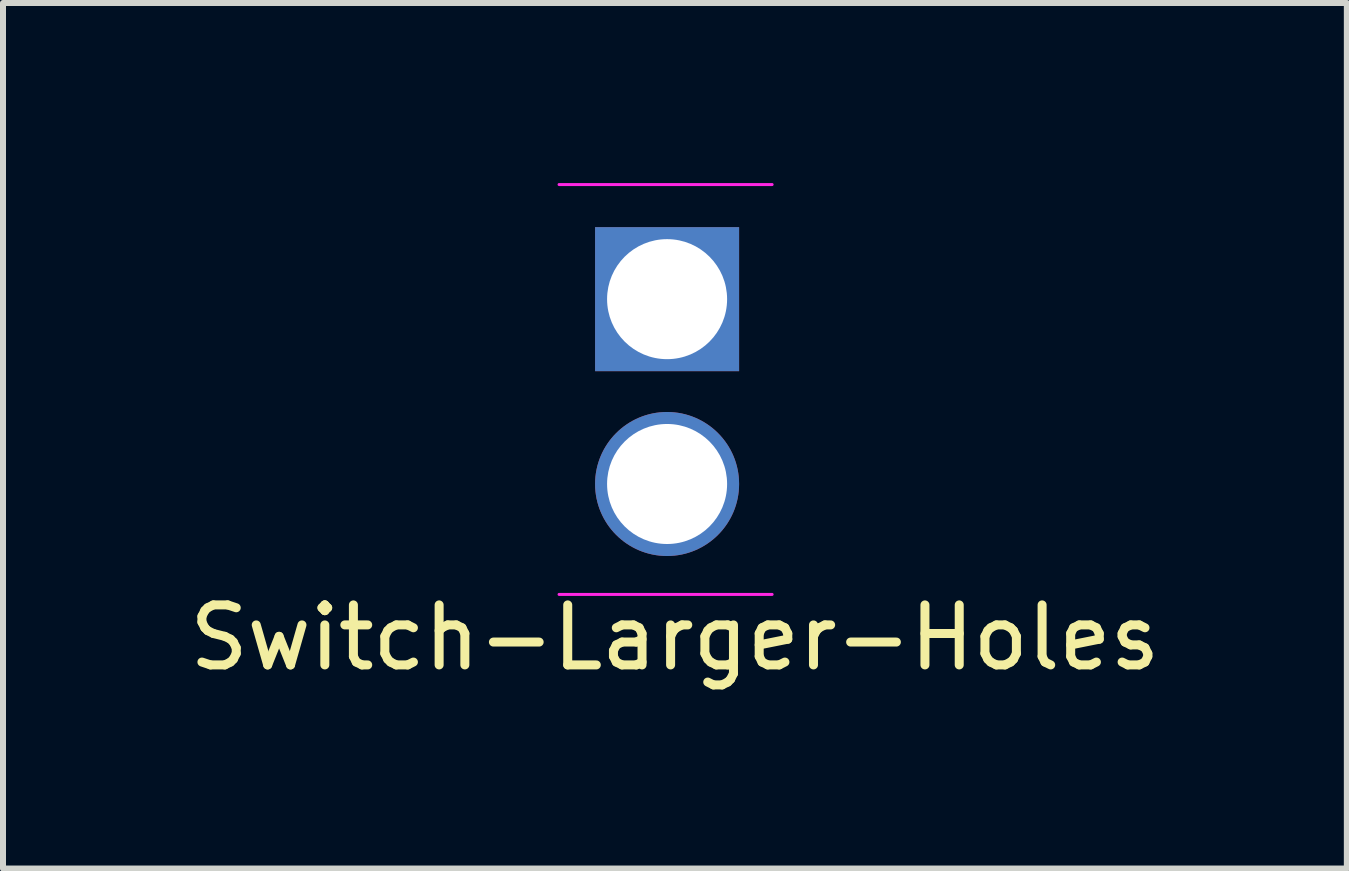
<source format=kicad_pcb>
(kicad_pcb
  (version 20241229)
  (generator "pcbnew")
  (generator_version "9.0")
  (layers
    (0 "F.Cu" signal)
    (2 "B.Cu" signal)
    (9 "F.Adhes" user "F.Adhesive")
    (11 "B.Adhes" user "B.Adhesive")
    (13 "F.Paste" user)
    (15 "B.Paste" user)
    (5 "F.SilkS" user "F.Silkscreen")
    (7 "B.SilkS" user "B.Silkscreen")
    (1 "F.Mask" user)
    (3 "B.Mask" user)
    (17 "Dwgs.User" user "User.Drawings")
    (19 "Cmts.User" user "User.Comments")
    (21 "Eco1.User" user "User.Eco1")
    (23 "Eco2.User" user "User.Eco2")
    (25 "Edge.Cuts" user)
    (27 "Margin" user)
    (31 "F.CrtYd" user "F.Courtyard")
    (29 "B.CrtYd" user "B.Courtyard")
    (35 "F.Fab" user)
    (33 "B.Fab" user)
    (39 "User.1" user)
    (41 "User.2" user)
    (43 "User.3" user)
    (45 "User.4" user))
  (footprint "Switch-Larger-Holes"
    (layer "F.Cu")
    (at 8.066 2.165)
    (property "Reference" "Switch-Larger-Holes" (at 0.13 5.41 180) (layer "F.SilkS") (effects (font (size 1 1) (thickness 0.15))))
    (attr through_hole)
    (fp_line (start -1.8 -2.14) (end 1.75 -2.14) (stroke (width 0.05) (type solid)) (layer "F.CrtYd"))
    (fp_line (start 1.75 4.69) (end -1.8 4.69) (stroke (width 0.05) (type solid)) (layer "F.CrtYd"))
    (pad "1" thru_hole rect (at 0 -0.23) (size 2.4 2.4) (drill 2) (layers "*.Cu" "*.Mask"))
    (pad "2" thru_hole oval (at 0 2.85) (size 2.4 2.4) (drill 2) (layers "*.Cu" "*.Mask")))
  (gr_rect
    (start -3 -3)
    (end 19.393 11.423)
    (stroke (width 0.1) (type default))
    (fill no)
    (layer "Edge.Cuts")))
</source>
